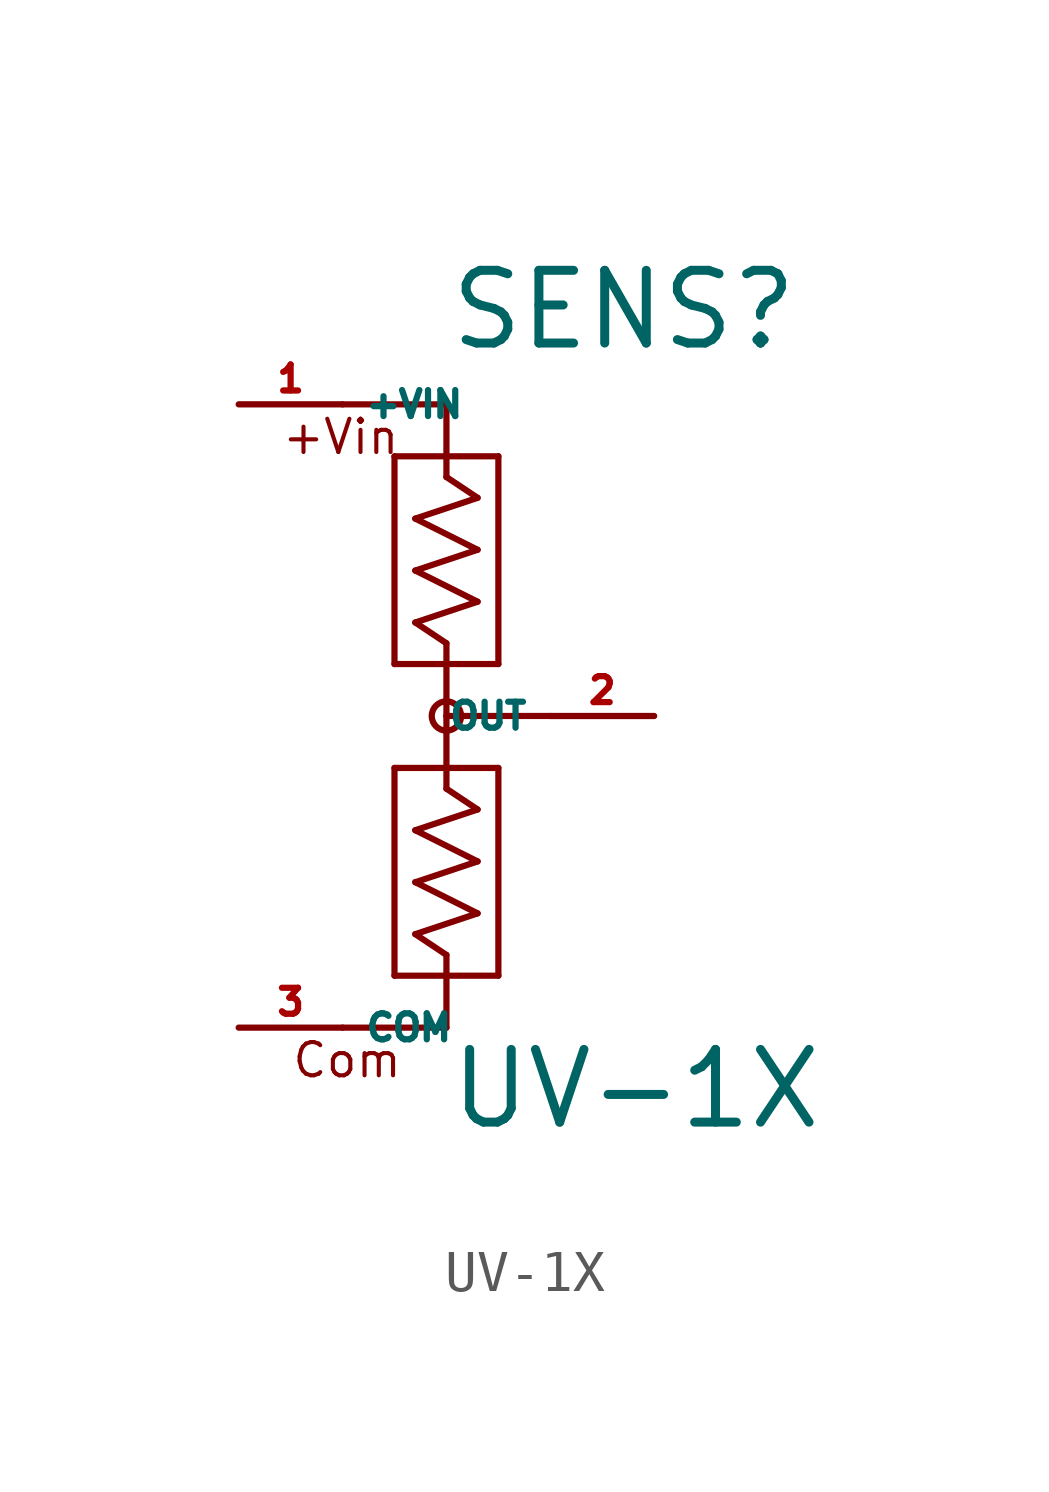
<source format=kicad_sym>
(kicad_symbol_lib
  (version 20220914)
  (generator Eagle2Kicad)
  (symbol "UV-1X"
    (property "Reference" "SENS"
      (at 0 8.89 0)
      (effects (font (size 1.778 1.778) (thickness 0.22)) (justify left bottom)))
    (property "Value" "UV-1X"
      (at 0 -10.16 0)
      (effects (font (size 1.778 1.778) (thickness 0.22)) (justify left bottom)))
    (polyline
      (pts (xy 0 7.62) (xy 0 6.35))
      (stroke (width 0.152) (type default))
      (fill (type none)))
    (polyline
      (pts (xy 0 6.35) (xy -1.27 6.35))
      (stroke (width 0.152) (type default))
      (fill (type none)))
    (polyline
      (pts (xy -1.27 6.35) (xy -1.27 1.27))
      (stroke (width 0.152) (type default))
      (fill (type none)))
    (polyline
      (pts (xy -1.27 1.27) (xy 0 1.27))
      (stroke (width 0.152) (type default))
      (fill (type none)))
    (polyline
      (pts (xy 0 1.27) (xy 1.27 1.27))
      (stroke (width 0.152) (type default))
      (fill (type none)))
    (polyline
      (pts (xy 1.27 1.27) (xy 1.27 6.35))
      (stroke (width 0.152) (type default))
      (fill (type none)))
    (polyline
      (pts (xy 1.27 6.35) (xy 0 6.35))
      (stroke (width 0.152) (type default))
      (fill (type none)))
    (polyline
      (pts (xy 0 1.27) (xy 0 0))
      (stroke (width 0.152) (type default))
      (fill (type none)))
    (polyline
      (pts (xy 0 0) (xy 0 -1.27))
      (stroke (width 0.152) (type default))
      (fill (type none)))
    (polyline
      (pts (xy 0 -1.27) (xy -1.27 -1.27))
      (stroke (width 0.152) (type default))
      (fill (type none)))
    (polyline
      (pts (xy -1.27 -1.27) (xy -1.27 -6.35))
      (stroke (width 0.152) (type default))
      (fill (type none)))
    (polyline
      (pts (xy -1.27 -6.35) (xy 0 -6.35))
      (stroke (width 0.152) (type default))
      (fill (type none)))
    (polyline
      (pts (xy 0 -6.35) (xy 1.27 -6.35))
      (stroke (width 0.152) (type default))
      (fill (type none)))
    (polyline
      (pts (xy 1.27 -6.35) (xy 1.27 -1.27))
      (stroke (width 0.152) (type default))
      (fill (type none)))
    (polyline
      (pts (xy 1.27 -1.27) (xy 0 -1.27))
      (stroke (width 0.152) (type default))
      (fill (type none)))
    (polyline
      (pts (xy 0 -6.35) (xy 0 -7.62))
      (stroke (width 0.152) (type default))
      (fill (type none)))
    (polyline
      (pts (xy 0 -6.35) (xy 0 -5.842))
      (stroke (width 0.152) (type default))
      (fill (type none)))
    (polyline
      (pts (xy 0 -5.842) (xy -0.762 -5.334))
      (stroke (width 0.152) (type default))
      (fill (type none)))
    (polyline
      (pts (xy -0.762 -5.334) (xy 0.762 -4.826))
      (stroke (width 0.152) (type default))
      (fill (type none)))
    (polyline
      (pts (xy 0.762 -4.826) (xy -0.762 -4.064))
      (stroke (width 0.152) (type default))
      (fill (type none)))
    (polyline
      (pts (xy -0.762 -4.064) (xy 0.762 -3.556))
      (stroke (width 0.152) (type default))
      (fill (type none)))
    (polyline
      (pts (xy 0.762 -3.556) (xy -0.762 -2.794))
      (stroke (width 0.152) (type default))
      (fill (type none)))
    (polyline
      (pts (xy -0.762 -2.794) (xy 0.762 -2.286))
      (stroke (width 0.152) (type default))
      (fill (type none)))
    (polyline
      (pts (xy 0.762 -2.286) (xy 0 -1.778))
      (stroke (width 0.152) (type default))
      (fill (type none)))
    (polyline
      (pts (xy 0 -1.778) (xy 0 -1.27))
      (stroke (width 0.152) (type default))
      (fill (type none)))
    (polyline
      (pts (xy 0 1.27) (xy 0 1.778))
      (stroke (width 0.152) (type default))
      (fill (type none)))
    (polyline
      (pts (xy 0 1.778) (xy -0.762 2.286))
      (stroke (width 0.152) (type default))
      (fill (type none)))
    (polyline
      (pts (xy -0.762 2.286) (xy 0.762 2.794))
      (stroke (width 0.152) (type default))
      (fill (type none)))
    (polyline
      (pts (xy 0.762 2.794) (xy -0.762 3.556))
      (stroke (width 0.152) (type default))
      (fill (type none)))
    (polyline
      (pts (xy -0.762 3.556) (xy 0.762 4.064))
      (stroke (width 0.152) (type default))
      (fill (type none)))
    (polyline
      (pts (xy 0.762 4.064) (xy -0.762 4.826))
      (stroke (width 0.152) (type default))
      (fill (type none)))
    (polyline
      (pts (xy -0.762 4.826) (xy 0.762 5.334))
      (stroke (width 0.152) (type default))
      (fill (type none)))
    (polyline
      (pts (xy 0.762 5.334) (xy 0 5.842))
      (stroke (width 0.152) (type default))
      (fill (type none)))
    (polyline
      (pts (xy 0 5.842) (xy 0 6.35))
      (stroke (width 0.152) (type default))
      (fill (type none)))
    (polyline
      (pts (xy -2.54 -7.62) (xy 0 -7.62))
      (stroke (width 0.152) (type default))
      (fill (type none)))
    (polyline
      (pts (xy -2.54 7.62) (xy 0 7.62))
      (stroke (width 0.152) (type default))
      (fill (type none)))
    (polyline
      (pts (xy 0 0) (xy 2.54 0))
      (stroke (width 0.152) (type default))
      (fill (type none)))
    (text "Com"
      (at -3.81 -8.89 0)
      (effects (font (size 0.813 0.813) (thickness 0.10)) (justify left bottom)))
    (text "+Vin"
      (at -4.064 6.35 0)
      (effects (font (size 0.813 0.813) (thickness 0.10)) (justify left bottom)))
    (circle
      (center 0 0)
      (radius 0.359)
      (stroke (width 0) (type default))
      (fill (type none)))
    (pin input line
      (at -5.08 7.62 0)
      (length 2.54)
      (name "+VIN" (effects (font (size 0.635 0.635) (thickness 0.08)) (justify left bottom)))
      (number "1" (effects (font (size 0.635 0.635) (thickness 0.08)) (justify left bottom))))
    (pin output line
      (at 5.08 0 180)
      (length 2.54)
      (name "OUT" (effects (font (size 0.635 0.635) (thickness 0.08)) (justify left bottom)))
      (number "2" (effects (font (size 0.635 0.635) (thickness 0.08)) (justify left bottom))))
    (pin input line
      (at -5.08 -7.62 0)
      (length 2.54)
      (name "COM" (effects (font (size 0.635 0.635) (thickness 0.08)) (justify left bottom)))
      (number "3" (effects (font (size 0.635 0.635) (thickness 0.08)) (justify left bottom))))))
</source>
